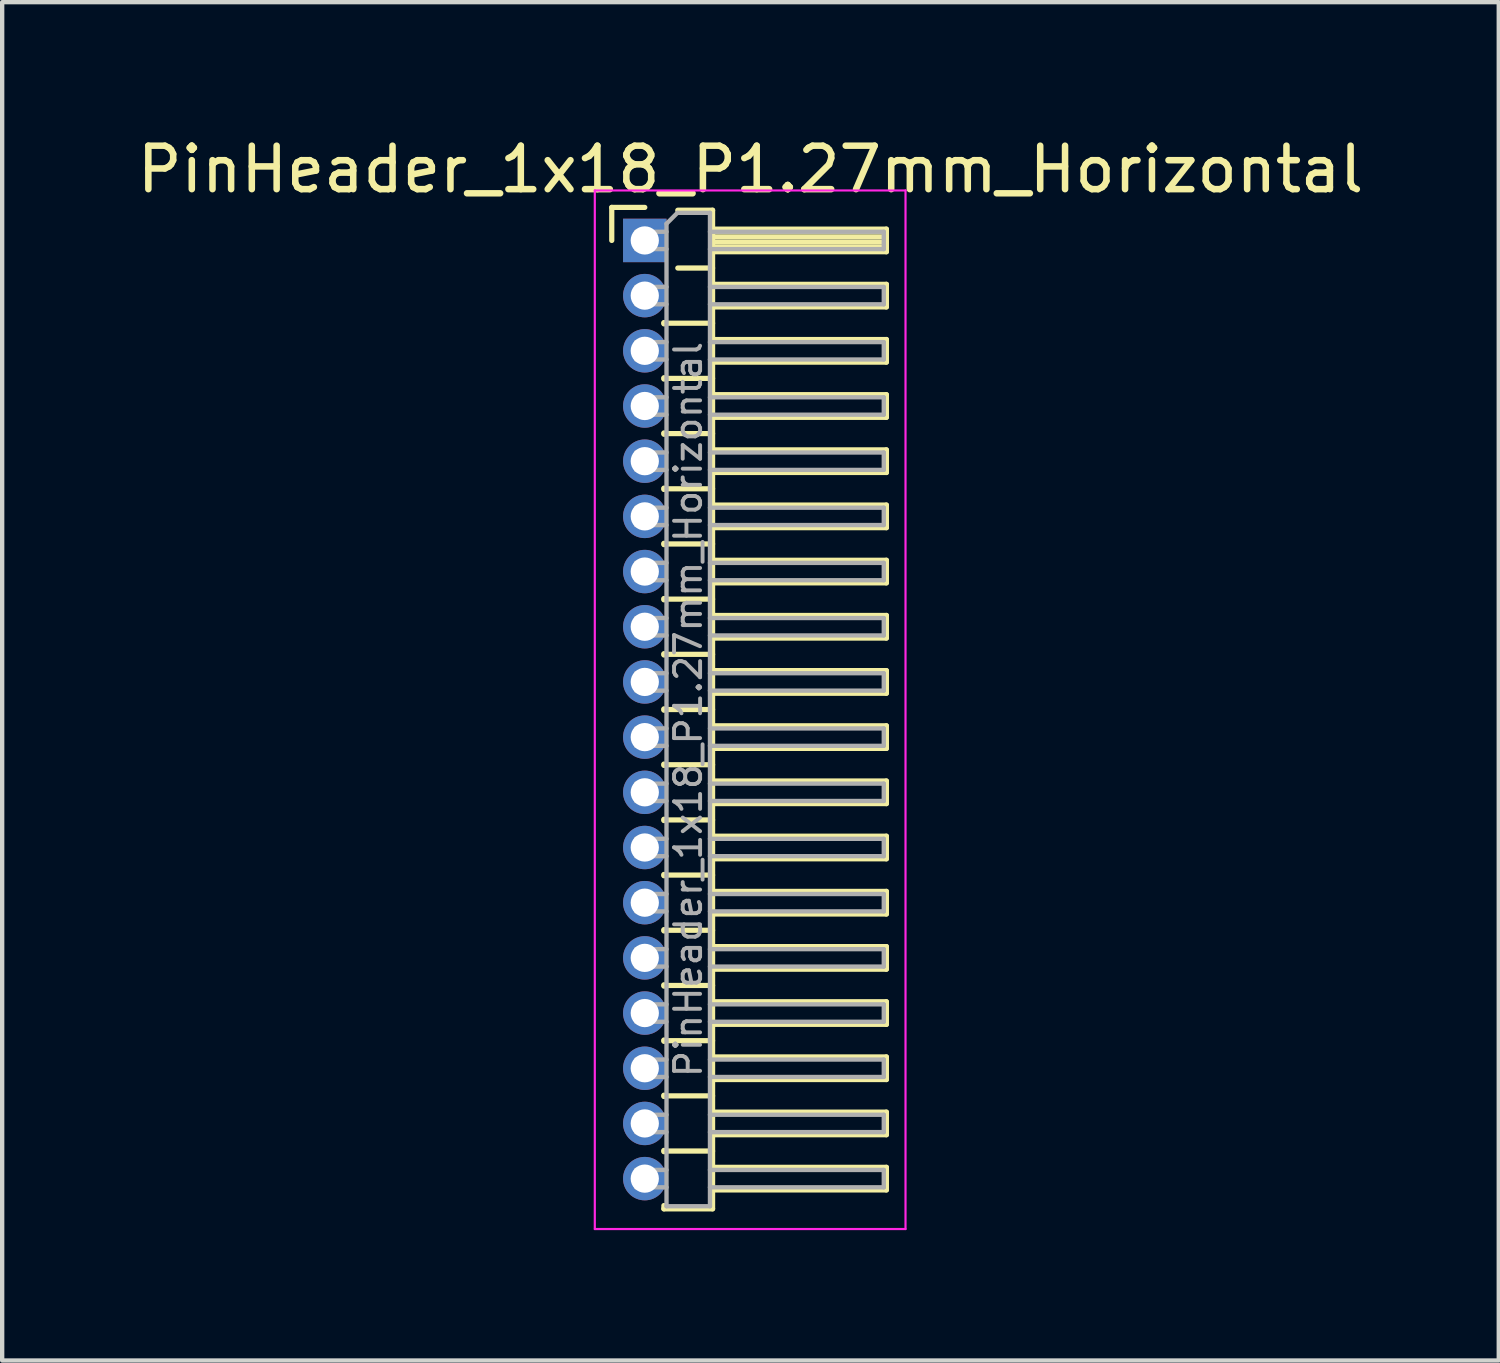
<source format=kicad_pcb>
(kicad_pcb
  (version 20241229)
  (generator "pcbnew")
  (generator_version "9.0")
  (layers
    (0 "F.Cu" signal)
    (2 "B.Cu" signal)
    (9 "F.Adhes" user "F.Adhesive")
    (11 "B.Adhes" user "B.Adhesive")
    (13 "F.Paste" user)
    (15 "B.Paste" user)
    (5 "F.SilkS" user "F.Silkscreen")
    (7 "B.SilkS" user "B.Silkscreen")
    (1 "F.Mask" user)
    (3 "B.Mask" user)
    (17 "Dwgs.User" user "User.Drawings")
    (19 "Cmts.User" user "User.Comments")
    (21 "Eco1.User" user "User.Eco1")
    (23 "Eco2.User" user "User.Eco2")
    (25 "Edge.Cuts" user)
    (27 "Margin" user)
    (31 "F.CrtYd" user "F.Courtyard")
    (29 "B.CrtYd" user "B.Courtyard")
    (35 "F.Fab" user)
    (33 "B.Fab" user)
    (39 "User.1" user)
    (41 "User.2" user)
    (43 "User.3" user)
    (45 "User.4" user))
  (footprint "PinHeader_1x18_P1.27mm_Horizontal"
    (layer "F.Cu")
    (at 11.788 2.483)
    (property "Reference" "PinHeader_1x18_P1.27mm_Horizontal" (at 2.433 -1.635 0) (layer "F.SilkS") (effects (font (size 1 1) (thickness 0.15))))
    (attr through_hole)
    (fp_line (start -0.76 -0.76) (end 0 -0.76) (stroke (width 0.12) (type solid)) (layer "F.SilkS"))
    (fp_line (start -0.76 0) (end -0.76 -0.76) (stroke (width 0.12) (type solid)) (layer "F.SilkS"))
    (fp_line (start 0.44 1.89) (end 0.44 1.92) (stroke (width 0.12) (type solid)) (layer "F.SilkS"))
    (fp_line (start 0.44 1.905) (end 1.56 1.905) (stroke (width 0.12) (type solid)) (layer "F.SilkS"))
    (fp_line (start 0.44 3.16) (end 0.44 3.19) (stroke (width 0.12) (type solid)) (layer "F.SilkS"))
    (fp_line (start 0.44 3.175) (end 1.56 3.175) (stroke (width 0.12) (type solid)) (layer "F.SilkS"))
    (fp_line (start 0.44 4.43) (end 0.44 4.46) (stroke (width 0.12) (type solid)) (layer "F.SilkS"))
    (fp_line (start 0.44 4.445) (end 1.56 4.445) (stroke (width 0.12) (type solid)) (layer "F.SilkS"))
    (fp_line (start 0.44 5.7) (end 0.44 5.73) (stroke (width 0.12) (type solid)) (layer "F.SilkS"))
    (fp_line (start 0.44 5.715) (end 1.56 5.715) (stroke (width 0.12) (type solid)) (layer "F.SilkS"))
    (fp_line (start 0.44 6.97) (end 0.44 7) (stroke (width 0.12) (type solid)) (layer "F.SilkS"))
    (fp_line (start 0.44 6.985) (end 1.56 6.985) (stroke (width 0.12) (type solid)) (layer "F.SilkS"))
    (fp_line (start 0.44 8.24) (end 0.44 8.27) (stroke (width 0.12) (type solid)) (layer "F.SilkS"))
    (fp_line (start 0.44 8.255) (end 1.56 8.255) (stroke (width 0.12) (type solid)) (layer "F.SilkS"))
    (fp_line (start 0.44 9.51) (end 0.44 9.54) (stroke (width 0.12) (type solid)) (layer "F.SilkS"))
    (fp_line (start 0.44 9.525) (end 1.56 9.525) (stroke (width 0.12) (type solid)) (layer "F.SilkS"))
    (fp_line (start 0.44 10.78) (end 0.44 10.81) (stroke (width 0.12) (type solid)) (layer "F.SilkS"))
    (fp_line (start 0.44 10.795) (end 1.56 10.795) (stroke (width 0.12) (type solid)) (layer "F.SilkS"))
    (fp_line (start 0.44 12.05) (end 0.44 12.08) (stroke (width 0.12) (type solid)) (layer "F.SilkS"))
    (fp_line (start 0.44 12.065) (end 1.56 12.065) (stroke (width 0.12) (type solid)) (layer "F.SilkS"))
    (fp_line (start 0.44 13.32) (end 0.44 13.35) (stroke (width 0.12) (type solid)) (layer "F.SilkS"))
    (fp_line (start 0.44 13.335) (end 1.56 13.335) (stroke (width 0.12) (type solid)) (layer "F.SilkS"))
    (fp_line (start 0.44 14.59) (end 0.44 14.62) (stroke (width 0.12) (type solid)) (layer "F.SilkS"))
    (fp_line (start 0.44 14.605) (end 1.56 14.605) (stroke (width 0.12) (type solid)) (layer "F.SilkS"))
    (fp_line (start 0.44 15.86) (end 0.44 15.89) (stroke (width 0.12) (type solid)) (layer "F.SilkS"))
    (fp_line (start 0.44 15.875) (end 1.56 15.875) (stroke (width 0.12) (type solid)) (layer "F.SilkS"))
    (fp_line (start 0.44 17.13) (end 0.44 17.16) (stroke (width 0.12) (type solid)) (layer "F.SilkS"))
    (fp_line (start 0.44 17.145) (end 1.56 17.145) (stroke (width 0.12) (type solid)) (layer "F.SilkS"))
    (fp_line (start 0.44 18.4) (end 0.44 18.43) (stroke (width 0.12) (type solid)) (layer "F.SilkS"))
    (fp_line (start 0.44 18.415) (end 1.56 18.415) (stroke (width 0.12) (type solid)) (layer "F.SilkS"))
    (fp_line (start 0.44 19.67) (end 0.44 19.7) (stroke (width 0.12) (type solid)) (layer "F.SilkS"))
    (fp_line (start 0.44 19.685) (end 1.56 19.685) (stroke (width 0.12) (type solid)) (layer "F.SilkS"))
    (fp_line (start 0.44 20.94) (end 0.44 20.97) (stroke (width 0.12) (type solid)) (layer "F.SilkS"))
    (fp_line (start 0.44 20.955) (end 1.56 20.955) (stroke (width 0.12) (type solid)) (layer "F.SilkS"))
    (fp_line (start 0.44 22.285) (end 0.44 22.21) (stroke (width 0.12) (type solid)) (layer "F.SilkS"))
    (fp_line (start 0.76 -0.695) (end 1.56 -0.695) (stroke (width 0.12) (type solid)) (layer "F.SilkS"))
    (fp_line (start 0.76 0.635) (end 1.56 0.635) (stroke (width 0.12) (type solid)) (layer "F.SilkS"))
    (fp_line (start 1.56 -0.695) (end 1.56 22.285) (stroke (width 0.12) (type solid)) (layer "F.SilkS"))
    (fp_line (start 1.56 -0.26) (end 5.56 -0.26) (stroke (width 0.12) (type solid)) (layer "F.SilkS"))
    (fp_line (start 1.56 -0.2) (end 5.56 -0.2) (stroke (width 0.12) (type solid)) (layer "F.SilkS"))
    (fp_line (start 1.56 -0.08) (end 5.56 -0.08) (stroke (width 0.12) (type solid)) (layer "F.SilkS"))
    (fp_line (start 1.56 0.04) (end 5.56 0.04) (stroke (width 0.12) (type solid)) (layer "F.SilkS"))
    (fp_line (start 1.56 0.16) (end 5.56 0.16) (stroke (width 0.12) (type solid)) (layer "F.SilkS"))
    (fp_line (start 1.56 1.01) (end 5.56 1.01) (stroke (width 0.12) (type solid)) (layer "F.SilkS"))
    (fp_line (start 1.56 2.28) (end 5.56 2.28) (stroke (width 0.12) (type solid)) (layer "F.SilkS"))
    (fp_line (start 1.56 3.55) (end 5.56 3.55) (stroke (width 0.12) (type solid)) (layer "F.SilkS"))
    (fp_line (start 1.56 4.82) (end 5.56 4.82) (stroke (width 0.12) (type solid)) (layer "F.SilkS"))
    (fp_line (start 1.56 6.09) (end 5.56 6.09) (stroke (width 0.12) (type solid)) (layer "F.SilkS"))
    (fp_line (start 1.56 7.36) (end 5.56 7.36) (stroke (width 0.12) (type solid)) (layer "F.SilkS"))
    (fp_line (start 1.56 8.63) (end 5.56 8.63) (stroke (width 0.12) (type solid)) (layer "F.SilkS"))
    (fp_line (start 1.56 9.9) (end 5.56 9.9) (stroke (width 0.12) (type solid)) (layer "F.SilkS"))
    (fp_line (start 1.56 11.17) (end 5.56 11.17) (stroke (width 0.12) (type solid)) (layer "F.SilkS"))
    (fp_line (start 1.56 12.44) (end 5.56 12.44) (stroke (width 0.12) (type solid)) (layer "F.SilkS"))
    (fp_line (start 1.56 13.71) (end 5.56 13.71) (stroke (width 0.12) (type solid)) (layer "F.SilkS"))
    (fp_line (start 1.56 14.98) (end 5.56 14.98) (stroke (width 0.12) (type solid)) (layer "F.SilkS"))
    (fp_line (start 1.56 16.25) (end 5.56 16.25) (stroke (width 0.12) (type solid)) (layer "F.SilkS"))
    (fp_line (start 1.56 17.52) (end 5.56 17.52) (stroke (width 0.12) (type solid)) (layer "F.SilkS"))
    (fp_line (start 1.56 18.79) (end 5.56 18.79) (stroke (width 0.12) (type solid)) (layer "F.SilkS"))
    (fp_line (start 1.56 20.06) (end 5.56 20.06) (stroke (width 0.12) (type solid)) (layer "F.SilkS"))
    (fp_line (start 1.56 21.33) (end 5.56 21.33) (stroke (width 0.12) (type solid)) (layer "F.SilkS"))
    (fp_line (start 1.56 22.285) (end 0.44 22.285) (stroke (width 0.12) (type solid)) (layer "F.SilkS"))
    (fp_line (start 5.56 -0.26) (end 5.56 0.26) (stroke (width 0.12) (type solid)) (layer "F.SilkS"))
    (fp_line (start 5.56 0.26) (end 1.56 0.26) (stroke (width 0.12) (type solid)) (layer "F.SilkS"))
    (fp_line (start 5.56 1.01) (end 5.56 1.53) (stroke (width 0.12) (type solid)) (layer "F.SilkS"))
    (fp_line (start 5.56 1.53) (end 1.56 1.53) (stroke (width 0.12) (type solid)) (layer "F.SilkS"))
    (fp_line (start 5.56 2.28) (end 5.56 2.8) (stroke (width 0.12) (type solid)) (layer "F.SilkS"))
    (fp_line (start 5.56 2.8) (end 1.56 2.8) (stroke (width 0.12) (type solid)) (layer "F.SilkS"))
    (fp_line (start 5.56 3.55) (end 5.56 4.07) (stroke (width 0.12) (type solid)) (layer "F.SilkS"))
    (fp_line (start 5.56 4.07) (end 1.56 4.07) (stroke (width 0.12) (type solid)) (layer "F.SilkS"))
    (fp_line (start 5.56 4.82) (end 5.56 5.34) (stroke (width 0.12) (type solid)) (layer "F.SilkS"))
    (fp_line (start 5.56 5.34) (end 1.56 5.34) (stroke (width 0.12) (type solid)) (layer "F.SilkS"))
    (fp_line (start 5.56 6.09) (end 5.56 6.61) (stroke (width 0.12) (type solid)) (layer "F.SilkS"))
    (fp_line (start 5.56 6.61) (end 1.56 6.61) (stroke (width 0.12) (type solid)) (layer "F.SilkS"))
    (fp_line (start 5.56 7.36) (end 5.56 7.88) (stroke (width 0.12) (type solid)) (layer "F.SilkS"))
    (fp_line (start 5.56 7.88) (end 1.56 7.88) (stroke (width 0.12) (type solid)) (layer "F.SilkS"))
    (fp_line (start 5.56 8.63) (end 5.56 9.15) (stroke (width 0.12) (type solid)) (layer "F.SilkS"))
    (fp_line (start 5.56 9.15) (end 1.56 9.15) (stroke (width 0.12) (type solid)) (layer "F.SilkS"))
    (fp_line (start 5.56 9.9) (end 5.56 10.42) (stroke (width 0.12) (type solid)) (layer "F.SilkS"))
    (fp_line (start 5.56 10.42) (end 1.56 10.42) (stroke (width 0.12) (type solid)) (layer "F.SilkS"))
    (fp_line (start 5.56 11.17) (end 5.56 11.69) (stroke (width 0.12) (type solid)) (layer "F.SilkS"))
    (fp_line (start 5.56 11.69) (end 1.56 11.69) (stroke (width 0.12) (type solid)) (layer "F.SilkS"))
    (fp_line (start 5.56 12.44) (end 5.56 12.96) (stroke (width 0.12) (type solid)) (layer "F.SilkS"))
    (fp_line (start 5.56 12.96) (end 1.56 12.96) (stroke (width 0.12) (type solid)) (layer "F.SilkS"))
    (fp_line (start 5.56 13.71) (end 5.56 14.23) (stroke (width 0.12) (type solid)) (layer "F.SilkS"))
    (fp_line (start 5.56 14.23) (end 1.56 14.23) (stroke (width 0.12) (type solid)) (layer "F.SilkS"))
    (fp_line (start 5.56 14.98) (end 5.56 15.5) (stroke (width 0.12) (type solid)) (layer "F.SilkS"))
    (fp_line (start 5.56 15.5) (end 1.56 15.5) (stroke (width 0.12) (type solid)) (layer "F.SilkS"))
    (fp_line (start 5.56 16.25) (end 5.56 16.77) (stroke (width 0.12) (type solid)) (layer "F.SilkS"))
    (fp_line (start 5.56 16.77) (end 1.56 16.77) (stroke (width 0.12) (type solid)) (layer "F.SilkS"))
    (fp_line (start 5.56 17.52) (end 5.56 18.04) (stroke (width 0.12) (type solid)) (layer "F.SilkS"))
    (fp_line (start 5.56 18.04) (end 1.56 18.04) (stroke (width 0.12) (type solid)) (layer "F.SilkS"))
    (fp_line (start 5.56 18.79) (end 5.56 19.31) (stroke (width 0.12) (type solid)) (layer "F.SilkS"))
    (fp_line (start 5.56 19.31) (end 1.56 19.31) (stroke (width 0.12) (type solid)) (layer "F.SilkS"))
    (fp_line (start 5.56 20.06) (end 5.56 20.58) (stroke (width 0.12) (type solid)) (layer "F.SilkS"))
    (fp_line (start 5.56 20.58) (end 1.56 20.58) (stroke (width 0.12) (type solid)) (layer "F.SilkS"))
    (fp_line (start 5.56 21.33) (end 5.56 21.85) (stroke (width 0.12) (type solid)) (layer "F.SilkS"))
    (fp_line (start 5.56 21.85) (end 1.56 21.85) (stroke (width 0.12) (type solid)) (layer "F.SilkS"))
    (fp_line (start -1.15 -1.15) (end -1.15 22.75) (stroke (width 0.05) (type solid)) (layer "F.CrtYd"))
    (fp_line (start -1.15 22.75) (end 6 22.75) (stroke (width 0.05) (type solid)) (layer "F.CrtYd"))
    (fp_line (start 6 -1.15) (end -1.15 -1.15) (stroke (width 0.05) (type solid)) (layer "F.CrtYd"))
    (fp_line (start 6 22.75) (end 6 -1.15) (stroke (width 0.05) (type solid)) (layer "F.CrtYd"))
    (fp_line (start -0.2 -0.2) (end -0.2 0.2) (stroke (width 0.1) (type solid)) (layer "F.Fab"))
    (fp_line (start -0.2 -0.2) (end 0.5 -0.2) (stroke (width 0.1) (type solid)) (layer "F.Fab"))
    (fp_line (start -0.2 0.2) (end 0.5 0.2) (stroke (width 0.1) (type solid)) (layer "F.Fab"))
    (fp_line (start -0.2 1.07) (end -0.2 1.47) (stroke (width 0.1) (type solid)) (layer "F.Fab"))
    (fp_line (start -0.2 1.07) (end 0.5 1.07) (stroke (width 0.1) (type solid)) (layer "F.Fab"))
    (fp_line (start -0.2 1.47) (end 0.5 1.47) (stroke (width 0.1) (type solid)) (layer "F.Fab"))
    (fp_line (start -0.2 2.34) (end -0.2 2.74) (stroke (width 0.1) (type solid)) (layer "F.Fab"))
    (fp_line (start -0.2 2.34) (end 0.5 2.34) (stroke (width 0.1) (type solid)) (layer "F.Fab"))
    (fp_line (start -0.2 2.74) (end 0.5 2.74) (stroke (width 0.1) (type solid)) (layer "F.Fab"))
    (fp_line (start -0.2 3.61) (end -0.2 4.01) (stroke (width 0.1) (type solid)) (layer "F.Fab"))
    (fp_line (start -0.2 3.61) (end 0.5 3.61) (stroke (width 0.1) (type solid)) (layer "F.Fab"))
    (fp_line (start -0.2 4.01) (end 0.5 4.01) (stroke (width 0.1) (type solid)) (layer "F.Fab"))
    (fp_line (start -0.2 4.88) (end -0.2 5.28) (stroke (width 0.1) (type solid)) (layer "F.Fab"))
    (fp_line (start -0.2 4.88) (end 0.5 4.88) (stroke (width 0.1) (type solid)) (layer "F.Fab"))
    (fp_line (start -0.2 5.28) (end 0.5 5.28) (stroke (width 0.1) (type solid)) (layer "F.Fab"))
    (fp_line (start -0.2 6.15) (end -0.2 6.55) (stroke (width 0.1) (type solid)) (layer "F.Fab"))
    (fp_line (start -0.2 6.15) (end 0.5 6.15) (stroke (width 0.1) (type solid)) (layer "F.Fab"))
    (fp_line (start -0.2 6.55) (end 0.5 6.55) (stroke (width 0.1) (type solid)) (layer "F.Fab"))
    (fp_line (start -0.2 7.42) (end -0.2 7.82) (stroke (width 0.1) (type solid)) (layer "F.Fab"))
    (fp_line (start -0.2 7.42) (end 0.5 7.42) (stroke (width 0.1) (type solid)) (layer "F.Fab"))
    (fp_line (start -0.2 7.82) (end 0.5 7.82) (stroke (width 0.1) (type solid)) (layer "F.Fab"))
    (fp_line (start -0.2 8.69) (end -0.2 9.09) (stroke (width 0.1) (type solid)) (layer "F.Fab"))
    (fp_line (start -0.2 8.69) (end 0.5 8.69) (stroke (width 0.1) (type solid)) (layer "F.Fab"))
    (fp_line (start -0.2 9.09) (end 0.5 9.09) (stroke (width 0.1) (type solid)) (layer "F.Fab"))
    (fp_line (start -0.2 9.96) (end -0.2 10.36) (stroke (width 0.1) (type solid)) (layer "F.Fab"))
    (fp_line (start -0.2 9.96) (end 0.5 9.96) (stroke (width 0.1) (type solid)) (layer "F.Fab"))
    (fp_line (start -0.2 10.36) (end 0.5 10.36) (stroke (width 0.1) (type solid)) (layer "F.Fab"))
    (fp_line (start -0.2 11.23) (end -0.2 11.63) (stroke (width 0.1) (type solid)) (layer "F.Fab"))
    (fp_line (start -0.2 11.23) (end 0.5 11.23) (stroke (width 0.1) (type solid)) (layer "F.Fab"))
    (fp_line (start -0.2 11.63) (end 0.5 11.63) (stroke (width 0.1) (type solid)) (layer "F.Fab"))
    (fp_line (start -0.2 12.5) (end -0.2 12.9) (stroke (width 0.1) (type solid)) (layer "F.Fab"))
    (fp_line (start -0.2 12.5) (end 0.5 12.5) (stroke (width 0.1) (type solid)) (layer "F.Fab"))
    (fp_line (start -0.2 12.9) (end 0.5 12.9) (stroke (width 0.1) (type solid)) (layer "F.Fab"))
    (fp_line (start -0.2 13.77) (end -0.2 14.17) (stroke (width 0.1) (type solid)) (layer "F.Fab"))
    (fp_line (start -0.2 13.77) (end 0.5 13.77) (stroke (width 0.1) (type solid)) (layer "F.Fab"))
    (fp_line (start -0.2 14.17) (end 0.5 14.17) (stroke (width 0.1) (type solid)) (layer "F.Fab"))
    (fp_line (start -0.2 15.04) (end -0.2 15.44) (stroke (width 0.1) (type solid)) (layer "F.Fab"))
    (fp_line (start -0.2 15.04) (end 0.5 15.04) (stroke (width 0.1) (type solid)) (layer "F.Fab"))
    (fp_line (start -0.2 15.44) (end 0.5 15.44) (stroke (width 0.1) (type solid)) (layer "F.Fab"))
    (fp_line (start -0.2 16.31) (end -0.2 16.71) (stroke (width 0.1) (type solid)) (layer "F.Fab"))
    (fp_line (start -0.2 16.31) (end 0.5 16.31) (stroke (width 0.1) (type solid)) (layer "F.Fab"))
    (fp_line (start -0.2 16.71) (end 0.5 16.71) (stroke (width 0.1) (type solid)) (layer "F.Fab"))
    (fp_line (start -0.2 17.58) (end -0.2 17.98) (stroke (width 0.1) (type solid)) (layer "F.Fab"))
    (fp_line (start -0.2 17.58) (end 0.5 17.58) (stroke (width 0.1) (type solid)) (layer "F.Fab"))
    (fp_line (start -0.2 17.98) (end 0.5 17.98) (stroke (width 0.1) (type solid)) (layer "F.Fab"))
    (fp_line (start -0.2 18.85) (end -0.2 19.25) (stroke (width 0.1) (type solid)) (layer "F.Fab"))
    (fp_line (start -0.2 18.85) (end 0.5 18.85) (stroke (width 0.1) (type solid)) (layer "F.Fab"))
    (fp_line (start -0.2 19.25) (end 0.5 19.25) (stroke (width 0.1) (type solid)) (layer "F.Fab"))
    (fp_line (start -0.2 20.12) (end -0.2 20.52) (stroke (width 0.1) (type solid)) (layer "F.Fab"))
    (fp_line (start -0.2 20.12) (end 0.5 20.12) (stroke (width 0.1) (type solid)) (layer "F.Fab"))
    (fp_line (start -0.2 20.52) (end 0.5 20.52) (stroke (width 0.1) (type solid)) (layer "F.Fab"))
    (fp_line (start -0.2 21.39) (end -0.2 21.79) (stroke (width 0.1) (type solid)) (layer "F.Fab"))
    (fp_line (start -0.2 21.39) (end 0.5 21.39) (stroke (width 0.1) (type solid)) (layer "F.Fab"))
    (fp_line (start -0.2 21.79) (end 0.5 21.79) (stroke (width 0.1) (type solid)) (layer "F.Fab"))
    (fp_line (start 0.5 -0.385) (end 0.75 -0.635) (stroke (width 0.1) (type solid)) (layer "F.Fab"))
    (fp_line (start 0.5 22.225) (end 0.5 -0.385) (stroke (width 0.1) (type solid)) (layer "F.Fab"))
    (fp_line (start 0.75 -0.635) (end 1.5 -0.635) (stroke (width 0.1) (type solid)) (layer "F.Fab"))
    (fp_line (start 1.5 -0.635) (end 1.5 22.225) (stroke (width 0.1) (type solid)) (layer "F.Fab"))
    (fp_line (start 1.5 -0.2) (end 5.5 -0.2) (stroke (width 0.1) (type solid)) (layer "F.Fab"))
    (fp_line (start 1.5 0.2) (end 5.5 0.2) (stroke (width 0.1) (type solid)) (layer "F.Fab"))
    (fp_line (start 1.5 1.07) (end 5.5 1.07) (stroke (width 0.1) (type solid)) (layer "F.Fab"))
    (fp_line (start 1.5 1.47) (end 5.5 1.47) (stroke (width 0.1) (type solid)) (layer "F.Fab"))
    (fp_line (start 1.5 2.34) (end 5.5 2.34) (stroke (width 0.1) (type solid)) (layer "F.Fab"))
    (fp_line (start 1.5 2.74) (end 5.5 2.74) (stroke (width 0.1) (type solid)) (layer "F.Fab"))
    (fp_line (start 1.5 3.61) (end 5.5 3.61) (stroke (width 0.1) (type solid)) (layer "F.Fab"))
    (fp_line (start 1.5 4.01) (end 5.5 4.01) (stroke (width 0.1) (type solid)) (layer "F.Fab"))
    (fp_line (start 1.5 4.88) (end 5.5 4.88) (stroke (width 0.1) (type solid)) (layer "F.Fab"))
    (fp_line (start 1.5 5.28) (end 5.5 5.28) (stroke (width 0.1) (type solid)) (layer "F.Fab"))
    (fp_line (start 1.5 6.15) (end 5.5 6.15) (stroke (width 0.1) (type solid)) (layer "F.Fab"))
    (fp_line (start 1.5 6.55) (end 5.5 6.55) (stroke (width 0.1) (type solid)) (layer "F.Fab"))
    (fp_line (start 1.5 7.42) (end 5.5 7.42) (stroke (width 0.1) (type solid)) (layer "F.Fab"))
    (fp_line (start 1.5 7.82) (end 5.5 7.82) (stroke (width 0.1) (type solid)) (layer "F.Fab"))
    (fp_line (start 1.5 8.69) (end 5.5 8.69) (stroke (width 0.1) (type solid)) (layer "F.Fab"))
    (fp_line (start 1.5 9.09) (end 5.5 9.09) (stroke (width 0.1) (type solid)) (layer "F.Fab"))
    (fp_line (start 1.5 9.96) (end 5.5 9.96) (stroke (width 0.1) (type solid)) (layer "F.Fab"))
    (fp_line (start 1.5 10.36) (end 5.5 10.36) (stroke (width 0.1) (type solid)) (layer "F.Fab"))
    (fp_line (start 1.5 11.23) (end 5.5 11.23) (stroke (width 0.1) (type solid)) (layer "F.Fab"))
    (fp_line (start 1.5 11.63) (end 5.5 11.63) (stroke (width 0.1) (type solid)) (layer "F.Fab"))
    (fp_line (start 1.5 12.5) (end 5.5 12.5) (stroke (width 0.1) (type solid)) (layer "F.Fab"))
    (fp_line (start 1.5 12.9) (end 5.5 12.9) (stroke (width 0.1) (type solid)) (layer "F.Fab"))
    (fp_line (start 1.5 13.77) (end 5.5 13.77) (stroke (width 0.1) (type solid)) (layer "F.Fab"))
    (fp_line (start 1.5 14.17) (end 5.5 14.17) (stroke (width 0.1) (type solid)) (layer "F.Fab"))
    (fp_line (start 1.5 15.04) (end 5.5 15.04) (stroke (width 0.1) (type solid)) (layer "F.Fab"))
    (fp_line (start 1.5 15.44) (end 5.5 15.44) (stroke (width 0.1) (type solid)) (layer "F.Fab"))
    (fp_line (start 1.5 16.31) (end 5.5 16.31) (stroke (width 0.1) (type solid)) (layer "F.Fab"))
    (fp_line (start 1.5 16.71) (end 5.5 16.71) (stroke (width 0.1) (type solid)) (layer "F.Fab"))
    (fp_line (start 1.5 17.58) (end 5.5 17.58) (stroke (width 0.1) (type solid)) (layer "F.Fab"))
    (fp_line (start 1.5 17.98) (end 5.5 17.98) (stroke (width 0.1) (type solid)) (layer "F.Fab"))
    (fp_line (start 1.5 18.85) (end 5.5 18.85) (stroke (width 0.1) (type solid)) (layer "F.Fab"))
    (fp_line (start 1.5 19.25) (end 5.5 19.25) (stroke (width 0.1) (type solid)) (layer "F.Fab"))
    (fp_line (start 1.5 20.12) (end 5.5 20.12) (stroke (width 0.1) (type solid)) (layer "F.Fab"))
    (fp_line (start 1.5 20.52) (end 5.5 20.52) (stroke (width 0.1) (type solid)) (layer "F.Fab"))
    (fp_line (start 1.5 21.39) (end 5.5 21.39) (stroke (width 0.1) (type solid)) (layer "F.Fab"))
    (fp_line (start 1.5 21.79) (end 5.5 21.79) (stroke (width 0.1) (type solid)) (layer "F.Fab"))
    (fp_line (start 1.5 22.225) (end 0.5 22.225) (stroke (width 0.1) (type solid)) (layer "F.Fab"))
    (fp_line (start 5.5 -0.2) (end 5.5 0.2) (stroke (width 0.1) (type solid)) (layer "F.Fab"))
    (fp_line (start 5.5 1.07) (end 5.5 1.47) (stroke (width 0.1) (type solid)) (layer "F.Fab"))
    (fp_line (start 5.5 2.34) (end 5.5 2.74) (stroke (width 0.1) (type solid)) (layer "F.Fab"))
    (fp_line (start 5.5 3.61) (end 5.5 4.01) (stroke (width 0.1) (type solid)) (layer "F.Fab"))
    (fp_line (start 5.5 4.88) (end 5.5 5.28) (stroke (width 0.1) (type solid)) (layer "F.Fab"))
    (fp_line (start 5.5 6.15) (end 5.5 6.55) (stroke (width 0.1) (type solid)) (layer "F.Fab"))
    (fp_line (start 5.5 7.42) (end 5.5 7.82) (stroke (width 0.1) (type solid)) (layer "F.Fab"))
    (fp_line (start 5.5 8.69) (end 5.5 9.09) (stroke (width 0.1) (type solid)) (layer "F.Fab"))
    (fp_line (start 5.5 9.96) (end 5.5 10.36) (stroke (width 0.1) (type solid)) (layer "F.Fab"))
    (fp_line (start 5.5 11.23) (end 5.5 11.63) (stroke (width 0.1) (type solid)) (layer "F.Fab"))
    (fp_line (start 5.5 12.5) (end 5.5 12.9) (stroke (width 0.1) (type solid)) (layer "F.Fab"))
    (fp_line (start 5.5 13.77) (end 5.5 14.17) (stroke (width 0.1) (type solid)) (layer "F.Fab"))
    (fp_line (start 5.5 15.04) (end 5.5 15.44) (stroke (width 0.1) (type solid)) (layer "F.Fab"))
    (fp_line (start 5.5 16.31) (end 5.5 16.71) (stroke (width 0.1) (type solid)) (layer "F.Fab"))
    (fp_line (start 5.5 17.58) (end 5.5 17.98) (stroke (width 0.1) (type solid)) (layer "F.Fab"))
    (fp_line (start 5.5 18.85) (end 5.5 19.25) (stroke (width 0.1) (type solid)) (layer "F.Fab"))
    (fp_line (start 5.5 20.12) (end 5.5 20.52) (stroke (width 0.1) (type solid)) (layer "F.Fab"))
    (fp_line (start 5.5 21.39) (end 5.5 21.79) (stroke (width 0.1) (type solid)) (layer "F.Fab"))
    (fp_text user "${REFERENCE}" (at 1 10.795 90) (layer "F.Fab") (effects (font (size 0.6 0.6) (thickness 0.09))))
    (pad "1" thru_hole rect (at 0 0) (size 1 1) (drill 0.65) (layers "*.Cu" "*.Mask"))
    (pad "2" thru_hole oval (at 0 1.27) (size 1 1) (drill 0.65) (layers "*.Cu" "*.Mask"))
    (pad "3" thru_hole oval (at 0 2.54) (size 1 1) (drill 0.65) (layers "*.Cu" "*.Mask"))
    (pad "4" thru_hole oval (at 0 3.81) (size 1 1) (drill 0.65) (layers "*.Cu" "*.Mask"))
    (pad "5" thru_hole oval (at 0 5.08) (size 1 1) (drill 0.65) (layers "*.Cu" "*.Mask"))
    (pad "6" thru_hole oval (at 0 6.35) (size 1 1) (drill 0.65) (layers "*.Cu" "*.Mask"))
    (pad "7" thru_hole oval (at 0 7.62) (size 1 1) (drill 0.65) (layers "*.Cu" "*.Mask"))
    (pad "8" thru_hole oval (at 0 8.89) (size 1 1) (drill 0.65) (layers "*.Cu" "*.Mask"))
    (pad "9" thru_hole oval (at 0 10.16) (size 1 1) (drill 0.65) (layers "*.Cu" "*.Mask"))
    (pad "10" thru_hole oval (at 0 11.43) (size 1 1) (drill 0.65) (layers "*.Cu" "*.Mask"))
    (pad "11" thru_hole oval (at 0 12.7) (size 1 1) (drill 0.65) (layers "*.Cu" "*.Mask"))
    (pad "12" thru_hole oval (at 0 13.97) (size 1 1) (drill 0.65) (layers "*.Cu" "*.Mask"))
    (pad "13" thru_hole oval (at 0 15.24) (size 1 1) (drill 0.65) (layers "*.Cu" "*.Mask"))
    (pad "14" thru_hole oval (at 0 16.51) (size 1 1) (drill 0.65) (layers "*.Cu" "*.Mask"))
    (pad "15" thru_hole oval (at 0 17.78) (size 1 1) (drill 0.65) (layers "*.Cu" "*.Mask"))
    (pad "16" thru_hole oval (at 0 19.05) (size 1 1) (drill 0.65) (layers "*.Cu" "*.Mask"))
    (pad "17" thru_hole oval (at 0 20.32) (size 1 1) (drill 0.65) (layers "*.Cu" "*.Mask"))
    (pad "18" thru_hole oval (at 0 21.59) (size 1 1) (drill 0.65) (layers "*.Cu" "*.Mask")))
  (gr_rect
    (start -3 -3)
    (end 31.44 28.258)
    (stroke (width 0.1) (type default))
    (fill no)
    (layer "Edge.Cuts")))
</source>
